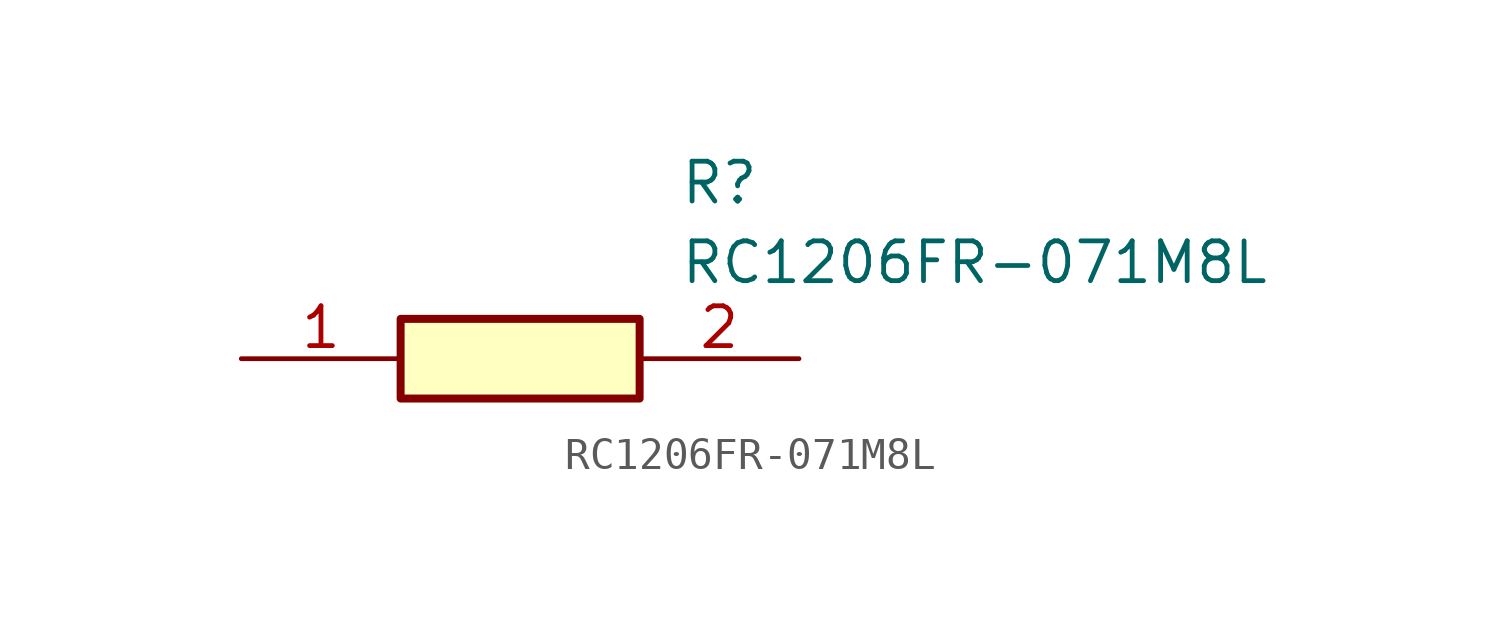
<source format=kicad_sym>
(kicad_symbol_lib
  (version 20211014)
  (generator SamacSys_ECAD_Model)
  (symbol "RC1206FR-071M8L"
    (pin_names hide)
    (property "Reference" "R"
      (at 13.97 6.35 0)
      (effects (font (size 1.27 1.27)) (justify left top)))
    (property "Value" "RC1206FR-071M8L"
      (at 13.97 3.81 0)
      (effects (font (size 1.27 1.27)) (justify left top)))
    (rectangle
      (start 5.08 1.27)
      (end 12.7 -1.27)
      (stroke (width 0.254) (type default))
      (fill (type background)))
    (pin passive line
      (at 0 0 0)
      (length 5.08)
      (name "1" (effects (font (size 1.27 1.27))))
      (number "1" (effects (font (size 1.27 1.27)))))
    (pin passive line
      (at 17.78 0 180)
      (length 5.08)
      (name "2" (effects (font (size 1.27 1.27))))
      (number "2" (effects (font (size 1.27 1.27)))))))
</source>
